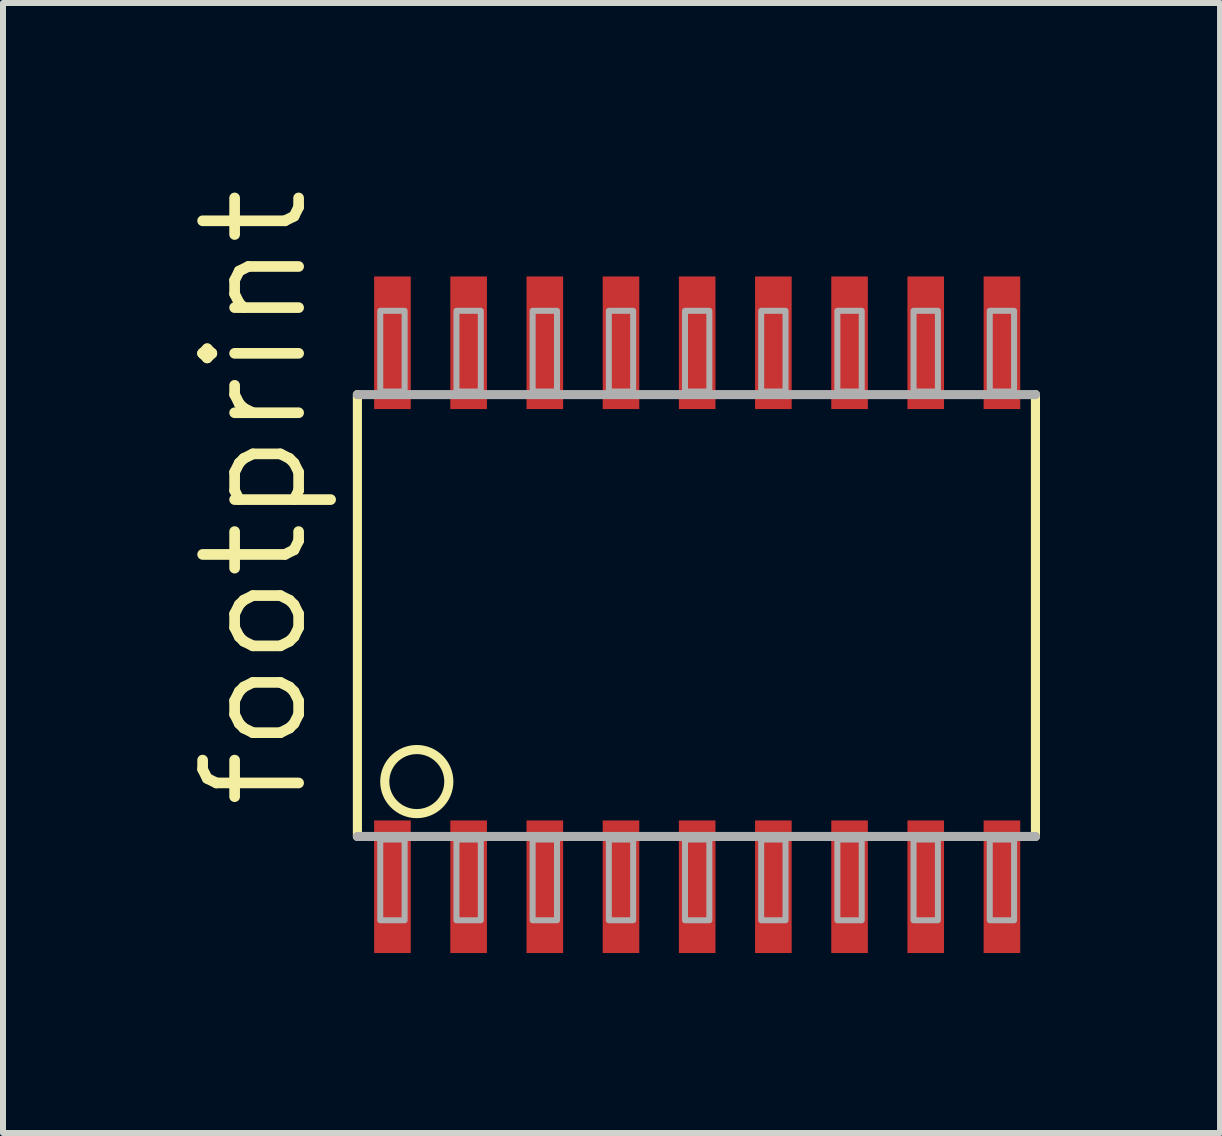
<source format=kicad_pcb>
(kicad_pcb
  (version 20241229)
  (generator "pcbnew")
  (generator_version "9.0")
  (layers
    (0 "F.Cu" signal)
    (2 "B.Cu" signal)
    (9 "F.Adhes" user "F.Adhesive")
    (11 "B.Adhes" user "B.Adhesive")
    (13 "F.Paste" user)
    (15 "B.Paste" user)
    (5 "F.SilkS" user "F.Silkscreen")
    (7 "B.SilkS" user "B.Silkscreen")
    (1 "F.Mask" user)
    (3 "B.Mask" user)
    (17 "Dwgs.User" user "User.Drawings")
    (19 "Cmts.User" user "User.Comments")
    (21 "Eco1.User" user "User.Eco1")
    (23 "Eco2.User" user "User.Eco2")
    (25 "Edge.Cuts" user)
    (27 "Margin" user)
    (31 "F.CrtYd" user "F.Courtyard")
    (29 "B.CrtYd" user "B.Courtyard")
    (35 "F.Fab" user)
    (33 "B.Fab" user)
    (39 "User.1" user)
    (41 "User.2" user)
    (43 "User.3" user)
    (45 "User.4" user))
  (footprint "footprint"
    (layer "F.Cu")
    (at 8.572 7.198)
    (property "Reference" "footprint" (at -6.439 3.302 90) (layer "F.SilkS") (effects (font (size 1.6 1.6) (thickness 0.178)) (justify left bottom)))
    (fp_line (start -5.664 -3.67) (end -5.664 3.696) (stroke (width 0.152) (type solid)) (layer "F.SilkS"))
    (fp_line (start 5.639 3.696) (end 5.639 -3.67) (stroke (width 0.152) (type solid)) (layer "F.SilkS"))
    (fp_circle (center -4.674 2.781) (end -4.14 2.781) (stroke (width 0.152) (type solid)) (fill no) (layer "F.SilkS"))
    (fp_line (start -5.664 3.696) (end 5.639 3.696) (stroke (width 0.152) (type solid)) (layer "F.Fab"))
    (fp_line (start 5.639 -3.67) (end -5.664 -3.67) (stroke (width 0.152) (type solid)) (layer "F.Fab"))
    (fp_poly (pts (xy -5.283 -3.721) (xy -4.877 -3.721) (xy -4.877 -5.067) (xy -5.283 -5.067)) (stroke (width 0.1) (type solid)) (fill no) (layer "F.Fab"))
    (fp_poly (pts (xy -5.283 5.093) (xy -4.877 5.093) (xy -4.877 3.747) (xy -5.283 3.747)) (stroke (width 0.1) (type solid)) (fill no) (layer "F.Fab"))
    (fp_poly (pts (xy -4.013 -3.721) (xy -3.607 -3.721) (xy -3.607 -5.067) (xy -4.013 -5.067)) (stroke (width 0.1) (type solid)) (fill no) (layer "F.Fab"))
    (fp_poly (pts (xy -4.013 5.093) (xy -3.607 5.093) (xy -3.607 3.747) (xy -4.013 3.747)) (stroke (width 0.1) (type solid)) (fill no) (layer "F.Fab"))
    (fp_poly (pts (xy -2.743 -3.721) (xy -2.337 -3.721) (xy -2.337 -5.067) (xy -2.743 -5.067)) (stroke (width 0.1) (type solid)) (fill no) (layer "F.Fab"))
    (fp_poly (pts (xy -2.743 5.093) (xy -2.337 5.093) (xy -2.337 3.747) (xy -2.743 3.747)) (stroke (width 0.1) (type solid)) (fill no) (layer "F.Fab"))
    (fp_poly (pts (xy -1.473 -3.721) (xy -1.067 -3.721) (xy -1.067 -5.067) (xy -1.473 -5.067)) (stroke (width 0.1) (type solid)) (fill no) (layer "F.Fab"))
    (fp_poly (pts (xy -1.473 5.093) (xy -1.067 5.093) (xy -1.067 3.747) (xy -1.473 3.747)) (stroke (width 0.1) (type solid)) (fill no) (layer "F.Fab"))
    (fp_poly (pts (xy -0.203 -3.721) (xy 0.203 -3.721) (xy 0.203 -5.067) (xy -0.203 -5.067)) (stroke (width 0.1) (type solid)) (fill no) (layer "F.Fab"))
    (fp_poly (pts (xy -0.203 5.093) (xy 0.203 5.093) (xy 0.203 3.747) (xy -0.203 3.747)) (stroke (width 0.1) (type solid)) (fill no) (layer "F.Fab"))
    (fp_poly (pts (xy 1.067 -3.721) (xy 1.473 -3.721) (xy 1.473 -5.067) (xy 1.067 -5.067)) (stroke (width 0.1) (type solid)) (fill no) (layer "F.Fab"))
    (fp_poly (pts (xy 1.067 5.093) (xy 1.473 5.093) (xy 1.473 3.747) (xy 1.067 3.747)) (stroke (width 0.1) (type solid)) (fill no) (layer "F.Fab"))
    (fp_poly (pts (xy 2.337 -3.721) (xy 2.743 -3.721) (xy 2.743 -5.067) (xy 2.337 -5.067)) (stroke (width 0.1) (type solid)) (fill no) (layer "F.Fab"))
    (fp_poly (pts (xy 2.337 5.093) (xy 2.743 5.093) (xy 2.743 3.747) (xy 2.337 3.747)) (stroke (width 0.1) (type solid)) (fill no) (layer "F.Fab"))
    (fp_poly (pts (xy 3.607 -3.721) (xy 4.013 -3.721) (xy 4.013 -5.067) (xy 3.607 -5.067)) (stroke (width 0.1) (type solid)) (fill no) (layer "F.Fab"))
    (fp_poly (pts (xy 3.607 5.093) (xy 4.013 5.093) (xy 4.013 3.747) (xy 3.607 3.747)) (stroke (width 0.1) (type solid)) (fill no) (layer "F.Fab"))
    (fp_poly (pts (xy 4.877 -3.721) (xy 5.283 -3.721) (xy 5.283 -5.067) (xy 4.877 -5.067)) (stroke (width 0.1) (type solid)) (fill no) (layer "F.Fab"))
    (fp_poly (pts (xy 4.877 5.093) (xy 5.283 5.093) (xy 5.283 3.747) (xy 4.877 3.747)) (stroke (width 0.1) (type solid)) (fill no) (layer "F.Fab"))
    (pad "1" smd rect (at -5.08 4.534) (size 0.61 2.21) (layers "F.Cu" "F.Mask" "F.Paste"))
    (pad "2" smd rect (at -3.81 4.534) (size 0.61 2.21) (layers "F.Cu" "F.Mask" "F.Paste"))
    (pad "3" smd rect (at -2.54 4.534) (size 0.61 2.21) (layers "F.Cu" "F.Mask" "F.Paste"))
    (pad "4" smd rect (at -1.27 4.534) (size 0.61 2.21) (layers "F.Cu" "F.Mask" "F.Paste"))
    (pad "5" smd rect (at 0 4.534) (size 0.61 2.21) (layers "F.Cu" "F.Mask" "F.Paste"))
    (pad "6" smd rect (at 1.27 4.534) (size 0.61 2.21) (layers "F.Cu" "F.Mask" "F.Paste"))
    (pad "7" smd rect (at 2.54 4.534) (size 0.61 2.21) (layers "F.Cu" "F.Mask" "F.Paste"))
    (pad "8" smd rect (at 3.81 4.534) (size 0.61 2.21) (layers "F.Cu" "F.Mask" "F.Paste"))
    (pad "9" smd rect (at 5.08 4.534) (size 0.61 2.21) (layers "F.Cu" "F.Mask" "F.Paste"))
    (pad "10" smd rect (at 5.08 -4.534) (size 0.61 2.21) (layers "F.Cu" "F.Mask" "F.Paste"))
    (pad "11" smd rect (at 3.81 -4.534) (size 0.61 2.21) (layers "F.Cu" "F.Mask" "F.Paste"))
    (pad "12" smd rect (at 2.54 -4.534) (size 0.61 2.21) (layers "F.Cu" "F.Mask" "F.Paste"))
    (pad "13" smd rect (at 1.27 -4.534) (size 0.61 2.21) (layers "F.Cu" "F.Mask" "F.Paste"))
    (pad "14" smd rect (at 0 -4.534) (size 0.61 2.21) (layers "F.Cu" "F.Mask" "F.Paste"))
    (pad "15" smd rect (at -1.27 -4.534) (size 0.61 2.21) (layers "F.Cu" "F.Mask" "F.Paste"))
    (pad "16" smd rect (at -2.54 -4.534) (size 0.61 2.21) (layers "F.Cu" "F.Mask" "F.Paste"))
    (pad "17" smd rect (at -3.81 -4.534) (size 0.61 2.21) (layers "F.Cu" "F.Mask" "F.Paste"))
    (pad "18" smd rect (at -5.08 -4.534) (size 0.61 2.21) (layers "F.Cu" "F.Mask" "F.Paste")))
  (gr_rect
    (start -3 -3)
    (end 17.288 15.837)
    (stroke (width 0.1) (type default))
    (fill no)
    (layer "Edge.Cuts")))
</source>
